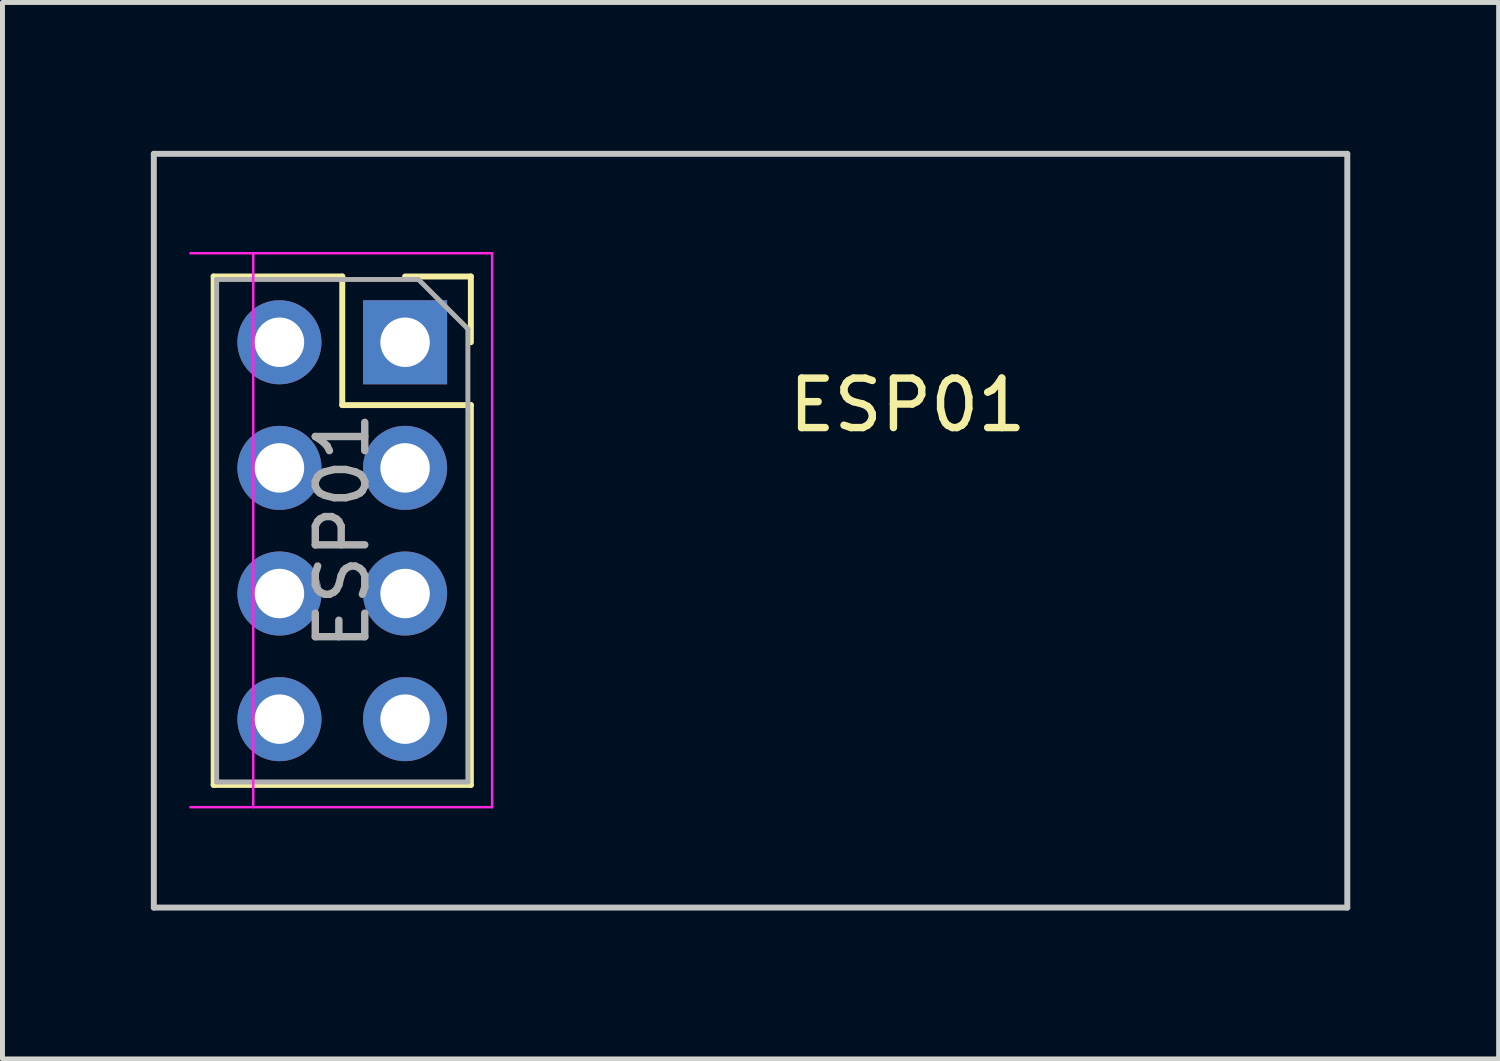
<source format=kicad_pcb>
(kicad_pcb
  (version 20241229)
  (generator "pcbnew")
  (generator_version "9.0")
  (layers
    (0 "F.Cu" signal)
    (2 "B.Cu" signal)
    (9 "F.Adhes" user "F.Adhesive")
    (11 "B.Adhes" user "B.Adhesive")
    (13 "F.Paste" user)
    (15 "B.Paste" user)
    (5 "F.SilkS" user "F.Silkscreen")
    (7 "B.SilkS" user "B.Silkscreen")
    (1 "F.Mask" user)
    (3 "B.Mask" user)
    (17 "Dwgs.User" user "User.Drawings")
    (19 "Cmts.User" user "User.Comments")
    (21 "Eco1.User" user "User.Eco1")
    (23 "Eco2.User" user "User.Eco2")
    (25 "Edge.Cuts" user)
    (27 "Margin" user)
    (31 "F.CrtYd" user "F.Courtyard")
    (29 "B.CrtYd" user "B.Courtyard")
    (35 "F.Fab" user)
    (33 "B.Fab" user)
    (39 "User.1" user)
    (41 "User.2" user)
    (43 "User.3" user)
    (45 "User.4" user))
  (footprint "ESP01"
    (layer "F.Cu")
    (at 6.41 6.41)
    (property "Reference" "ESP01" (at 8.89 -1.27 0) (layer "F.SilkS") (effects (font (size 1 1) (thickness 0.15))))
    (attr through_hole)
    (fp_line (start -5.14 -3.87) (end -5.14 6.41) (stroke (width 0.12) (type solid)) (layer "F.SilkS"))
    (fp_line (start -5.14 -3.87) (end -2.54 -3.87) (stroke (width 0.12) (type solid)) (layer "F.SilkS"))
    (fp_line (start -5.14 6.41) (end 0.06 6.41) (stroke (width 0.12) (type solid)) (layer "F.SilkS"))
    (fp_line (start -2.54 -3.87) (end -2.54 -1.27) (stroke (width 0.12) (type solid)) (layer "F.SilkS"))
    (fp_line (start -2.54 -1.27) (end 0.06 -1.27) (stroke (width 0.12) (type solid)) (layer "F.SilkS"))
    (fp_line (start -1.27 -3.87) (end 0.06 -3.87) (stroke (width 0.12) (type solid)) (layer "F.SilkS"))
    (fp_line (start 0.06 -3.87) (end 0.06 -2.54) (stroke (width 0.12) (type solid)) (layer "F.SilkS"))
    (fp_line (start 0.06 -1.27) (end 0.06 6.41) (stroke (width 0.12) (type solid)) (layer "F.SilkS"))
    (fp_line (start -6.35 -6.35) (end 17.78 -6.35) (stroke (width 0.12) (type solid)) (layer "Dwgs.User"))
    (fp_line (start -6.35 8.89) (end -6.35 -6.35) (stroke (width 0.12) (type solid)) (layer "Dwgs.User"))
    (fp_line (start 17.78 -6.35) (end 17.78 8.89) (stroke (width 0.12) (type solid)) (layer "Dwgs.User"))
    (fp_line (start 17.78 8.89) (end -6.35 8.89) (stroke (width 0.12) (type solid)) (layer "Dwgs.User"))
    (fp_line (start -5.61 -4.34) (end 0.49 -4.34) (stroke (width 0.05) (type solid)) (layer "F.CrtYd"))
    (fp_line (start -4.34 6.86) (end -4.34 -4.34) (stroke (width 0.05) (type solid)) (layer "F.CrtYd"))
    (fp_line (start 0.49 -4.34) (end 0.49 6.86) (stroke (width 0.05) (type solid)) (layer "F.CrtYd"))
    (fp_line (start 0.49 6.86) (end -5.61 6.86) (stroke (width 0.05) (type solid)) (layer "F.CrtYd"))
    (fp_line (start -5.08 -3.81) (end -1 -3.81) (stroke (width 0.1) (type solid)) (layer "F.Fab"))
    (fp_line (start -5.08 6.35) (end -5.08 -3.81) (stroke (width 0.1) (type solid)) (layer "F.Fab"))
    (fp_line (start -1 -3.81) (end 0 -2.81) (stroke (width 0.1) (type solid)) (layer "F.Fab"))
    (fp_line (start 0 -2.81) (end 0 6.35) (stroke (width 0.1) (type solid)) (layer "F.Fab"))
    (fp_line (start 0 6.35) (end -5.08 6.35) (stroke (width 0.1) (type solid)) (layer "F.Fab"))
    (fp_text user "${REFERENCE}" (at -2.54 1.27 90) (layer "F.Fab") (effects (font (size 1 1) (thickness 0.15))))
    (pad "1" thru_hole rect (at -1.27 -2.54) (size 1.7 1.7) (drill 1) (layers "*.Cu" "*.Mask"))
    (pad "2" thru_hole oval (at -3.81 -2.54) (size 1.7 1.7) (drill 1) (layers "*.Cu" "*.Mask"))
    (pad "3" thru_hole oval (at -1.27 0) (size 1.7 1.7) (drill 1) (layers "*.Cu" "*.Mask"))
    (pad "4" thru_hole oval (at -3.81 0) (size 1.7 1.7) (drill 1) (layers "*.Cu" "*.Mask"))
    (pad "5" thru_hole oval (at -1.27 2.54) (size 1.7 1.7) (drill 1) (layers "*.Cu" "*.Mask"))
    (pad "6" thru_hole oval (at -3.81 2.54) (size 1.7 1.7) (drill 1) (layers "*.Cu" "*.Mask"))
    (pad "7" thru_hole oval (at -1.27 5.08) (size 1.7 1.7) (drill 1) (layers "*.Cu" "*.Mask"))
    (pad "8" thru_hole oval (at -3.81 5.08) (size 1.7 1.7) (drill 1) (layers "*.Cu" "*.Mask")))
  (gr_rect
    (start -3 -3)
    (end 27.25 18.36)
    (stroke (width 0.1) (type default))
    (fill no)
    (layer "Edge.Cuts")))
</source>
